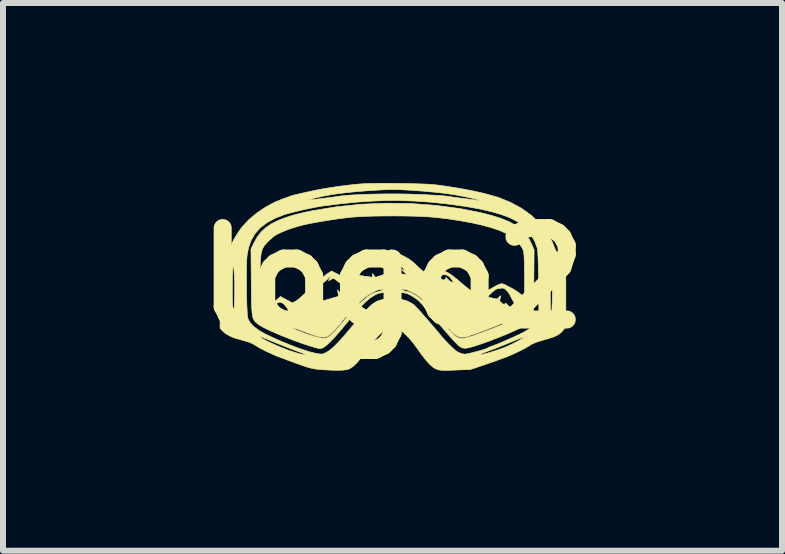
<source format=kicad_pcb>
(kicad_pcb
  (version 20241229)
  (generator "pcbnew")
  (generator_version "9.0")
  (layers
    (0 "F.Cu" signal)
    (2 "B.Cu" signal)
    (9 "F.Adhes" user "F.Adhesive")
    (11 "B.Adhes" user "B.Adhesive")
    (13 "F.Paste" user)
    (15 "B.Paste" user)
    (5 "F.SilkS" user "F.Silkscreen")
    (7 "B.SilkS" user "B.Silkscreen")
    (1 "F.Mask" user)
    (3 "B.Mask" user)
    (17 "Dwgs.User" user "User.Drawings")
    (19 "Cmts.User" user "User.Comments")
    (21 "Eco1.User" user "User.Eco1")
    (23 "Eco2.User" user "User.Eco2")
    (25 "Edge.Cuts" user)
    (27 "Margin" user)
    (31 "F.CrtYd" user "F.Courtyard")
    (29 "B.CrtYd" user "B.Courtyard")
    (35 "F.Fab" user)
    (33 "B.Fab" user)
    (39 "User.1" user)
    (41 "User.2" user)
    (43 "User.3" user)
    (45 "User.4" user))
  (footprint "logo2"
    (layer "F.Cu")
    (at 3.491 1.585)
    (property "Reference" "logo2" (at 0 0 0) (layer "F.SilkS") (effects (font (size 1.524 1.524) (thickness 0.3))))
    (attr through_hole)
    (fp_poly (pts (xy -0.102 -0.327) (xy -0.109 -0.319) (xy -0.116 -0.327) (xy -0.109 -0.334) (xy -0.102 -0.327)) (stroke (width 0.01) (type solid)) (fill yes) (layer "F.SilkS"))
    (fp_poly (pts (xy 0.311 -1.243) (xy 0.722 -1.213) (xy 1.125 -1.159) (xy 1.459 -1.094) (xy 1.646 -1.047) (xy 1.807 -0.996) (xy 1.943 -0.94) (xy 2.057 -0.877) (xy 2.15 -0.807) (xy 2.225 -0.727) (xy 2.284 -0.637) (xy 2.311 -0.582) (xy 2.359 -0.472) (xy 2.355 0.069) (xy 2.355 0.209) (xy 2.354 0.323) (xy 2.352 0.414) (xy 2.351 0.485) (xy 2.348 0.54) (xy 2.345 0.581) (xy 2.341 0.611) (xy 2.336 0.633) (xy 2.33 0.651) (xy 2.323 0.666) (xy 2.294 0.711) (xy 2.254 0.751) (xy 2.198 0.791) (xy 2.121 0.834) (xy 2.097 0.846) (xy 2.002 0.89) (xy 1.887 0.94) (xy 1.761 0.991) (xy 1.63 1.041) (xy 1.504 1.087) (xy 1.39 1.125) (xy 1.34 1.141) (xy 1.266 1.16) (xy 1.212 1.169) (xy 1.169 1.164) (xy 1.132 1.146) (xy 1.09 1.114) (xy 1.081 1.106) (xy 1.051 1.075) (xy 1.006 1.027) (xy 0.952 0.967) (xy 0.893 0.9) (xy 0.835 0.832) (xy 0.78 0.766) (xy 0.777 0.762) (xy 0.723 0.698) (xy 0.663 0.627) (xy 0.599 0.555) (xy 0.539 0.487) (xy 0.485 0.429) (xy 0.443 0.385) (xy 0.432 0.374) (xy 0.385 0.337) (xy 0.328 0.299) (xy 0.293 0.28) (xy 0.259 0.264) (xy 0.229 0.253) (xy 0.196 0.246) (xy 0.155 0.242) (xy 0.098 0.24) (xy 0.021 0.239) (xy 0 0.239) (xy -0.083 0.24) (xy -0.144 0.241) (xy -0.188 0.245) (xy -0.222 0.251) (xy -0.252 0.261) (xy -0.284 0.276) (xy -0.29 0.279) (xy -0.355 0.318) (xy -0.428 0.377) (xy -0.512 0.458) (xy -0.607 0.561) (xy -0.715 0.688) (xy -0.767 0.752) (xy -0.871 0.877) (xy -0.962 0.981) (xy -1.04 1.063) (xy -1.105 1.123) (xy -1.152 1.157) (xy -1.177 1.168) (xy -1.203 1.172) (xy -1.239 1.169) (xy -1.289 1.157) (xy -1.359 1.136) (xy -1.372 1.132) (xy -1.491 1.093) (xy -1.615 1.049) (xy -1.738 1.002) (xy -1.858 0.954) (xy -1.97 0.907) (xy -2.07 0.861) (xy -2.153 0.82) (xy -2.216 0.784) (xy -2.248 0.761) (xy -2.273 0.74) (xy -2.293 0.72) (xy -2.309 0.698) (xy -2.322 0.671) (xy -2.332 0.637) (xy -2.339 0.591) (xy -2.344 0.532) (xy -2.348 0.457) (xy -2.351 0.362) (xy -2.352 0.244) (xy -2.354 0.101) (xy -2.354 0.064) (xy -2.354 0.037) (xy -2.206 0.037) (xy -2.206 0.169) (xy -2.204 0.275) (xy -2.201 0.359) (xy -2.197 0.425) (xy -2.189 0.476) (xy -2.18 0.516) (xy -2.167 0.548) (xy -2.15 0.576) (xy -2.14 0.59) (xy -2.108 0.62) (xy -2.053 0.657) (xy -1.982 0.698) (xy -1.899 0.74) (xy -1.809 0.78) (xy -1.749 0.805) (xy -1.686 0.829) (xy -1.622 0.855) (xy -1.575 0.874) (xy -1.481 0.911) (xy -1.388 0.944) (xy -1.302 0.971) (xy -1.228 0.99) (xy -1.173 1) (xy -1.16 1.001) (xy -1.105 0.996) (xy -1.06 0.975) (xy -1.042 0.962) (xy -1.014 0.939) (xy -0.991 0.918) (xy -0.967 0.895) (xy -0.94 0.864) (xy -0.904 0.821) (xy -0.854 0.762) (xy -0.842 0.747) (xy -0.75 0.637) (xy -0.668 0.545) (xy -0.591 0.465) (xy -0.513 0.391) (xy -0.493 0.373) (xy -0.417 0.308) (xy -0.35 0.264) (xy -0.289 0.237) (xy -0.242 0.225) (xy -0.205 0.215) (xy -0.182 0.204) (xy -0.18 0.202) (xy -0.163 0.196) (xy -0.124 0.192) (xy -0.07 0.19) (xy -0.007 0.189) (xy 0.056 0.19) (xy 0.112 0.192) (xy 0.156 0.196) (xy 0.18 0.202) (xy 0.181 0.203) (xy 0.202 0.215) (xy 0.222 0.218) (xy 0.267 0.227) (xy 0.325 0.252) (xy 0.388 0.287) (xy 0.438 0.322) (xy 0.501 0.376) (xy 0.575 0.448) (xy 0.655 0.53) (xy 0.735 0.618) (xy 0.809 0.705) (xy 0.82 0.718) (xy 0.872 0.781) (xy 0.928 0.844) (xy 0.979 0.898) (xy 1.006 0.925) (xy 1.042 0.958) (xy 1.075 0.982) (xy 1.109 0.997) (xy 1.148 1.003) (xy 1.194 1) (xy 1.253 0.987) (xy 1.327 0.964) (xy 1.421 0.931) (xy 1.538 0.888) (xy 1.539 0.888) (xy 1.692 0.829) (xy 1.821 0.776) (xy 1.925 0.729) (xy 2.009 0.686) (xy 2.073 0.646) (xy 2.121 0.607) (xy 2.155 0.57) (xy 2.159 0.563) (xy 2.199 0.503) (xy 2.199 0.052) (xy 2.199 -0.092) (xy 2.197 -0.208) (xy 2.195 -0.301) (xy 2.192 -0.371) (xy 2.187 -0.422) (xy 2.182 -0.455) (xy 2.18 -0.461) (xy 2.152 -0.518) (xy 2.103 -0.581) (xy 2.039 -0.644) (xy 1.965 -0.702) (xy 1.896 -0.744) (xy 1.79 -0.792) (xy 1.657 -0.838) (xy 1.501 -0.881) (xy 1.323 -0.921) (xy 1.127 -0.957) (xy 0.915 -0.989) (xy 0.728 -1.011) (xy 0.621 -1.02) (xy 0.49 -1.028) (xy 0.342 -1.033) (xy 0.183 -1.036) (xy 0.017 -1.037) (xy -0.149 -1.036) (xy -0.31 -1.034) (xy -0.46 -1.029) (xy -0.593 -1.022) (xy -0.705 -1.014) (xy -0.726 -1.011) (xy -0.861 -0.995) (xy -1.001 -0.975) (xy -1.14 -0.953) (xy -1.273 -0.93) (xy -1.394 -0.907) (xy -1.498 -0.884) (xy -1.58 -0.862) (xy -1.597 -0.857) (xy -1.634 -0.845) (xy -1.682 -0.83) (xy -1.691 -0.828) (xy -1.767 -0.8) (xy -1.855 -0.763) (xy -1.929 -0.728) (xy -1.963 -0.707) (xy -2.009 -0.671) (xy -2.057 -0.627) (xy -2.068 -0.617) (xy -2.105 -0.579) (xy -2.134 -0.544) (xy -2.157 -0.508) (xy -2.175 -0.467) (xy -2.188 -0.418) (xy -2.196 -0.356) (xy -2.202 -0.279) (xy -2.205 -0.183) (xy -2.206 -0.064) (xy -2.206 0.037) (xy -2.354 0.037) (xy -2.359 -0.486) (xy -2.306 -0.595) (xy -2.253 -0.688) (xy -2.19 -0.769) (xy -2.112 -0.841) (xy -2.019 -0.905) (xy -1.908 -0.961) (xy -1.776 -1.012) (xy -1.622 -1.059) (xy -1.442 -1.102) (xy -1.333 -1.124) (xy -0.931 -1.19) (xy -0.52 -1.232) (xy -0.105 -1.249) (xy 0.311 -1.243)) (stroke (width 0.01) (type solid)) (fill yes) (layer "F.SilkS"))
    (fp_poly (pts (xy 0.135 -0.393) (xy 0.213 -0.353) (xy 0.274 -0.318) (xy 0.326 -0.28) (xy 0.379 -0.233) (xy 0.412 -0.201) (xy 0.483 -0.136) (xy 0.544 -0.089) (xy 0.591 -0.064) (xy 0.625 -0.051) (xy 0.652 -0.047) (xy 0.681 -0.053) (xy 0.722 -0.069) (xy 0.744 -0.078) (xy 0.794 -0.097) (xy 0.836 -0.111) (xy 0.86 -0.116) (xy 0.894 -0.106) (xy 0.945 -0.078) (xy 1.007 -0.035) (xy 1.076 0.02) (xy 1.105 0.045) (xy 1.203 0.129) (xy 1.288 0.195) (xy 1.357 0.242) (xy 1.409 0.269) (xy 1.437 0.276) (xy 1.461 0.269) (xy 1.504 0.25) (xy 1.558 0.223) (xy 1.6 0.199) (xy 1.677 0.155) (xy 1.733 0.124) (xy 1.774 0.104) (xy 1.805 0.094) (xy 1.831 0.094) (xy 1.857 0.102) (xy 1.889 0.117) (xy 1.923 0.135) (xy 2.005 0.178) (xy 2.076 0.222) (xy 2.133 0.264) (xy 2.171 0.3) (xy 2.185 0.322) (xy 2.19 0.362) (xy 2.186 0.417) (xy 2.177 0.477) (xy 2.163 0.527) (xy 2.152 0.551) (xy 2.127 0.583) (xy 2.094 0.613) (xy 2.047 0.644) (xy 1.984 0.679) (xy 1.9 0.72) (xy 1.829 0.752) (xy 1.775 0.775) (xy 1.707 0.803) (xy 1.631 0.833) (xy 1.552 0.864) (xy 1.475 0.892) (xy 1.407 0.917) (xy 1.352 0.937) (xy 1.316 0.948) (xy 1.306 0.95) (xy 1.289 0.958) (xy 1.281 0.962) (xy 1.257 0.971) (xy 1.216 0.979) (xy 1.191 0.982) (xy 1.142 0.985) (xy 1.106 0.978) (xy 1.068 0.957) (xy 1.062 0.952) (xy 1.04 0.937) (xy 1.021 0.922) (xy 1.002 0.905) (xy 0.98 0.882) (xy 0.95 0.848) (xy 0.91 0.8) (xy 0.855 0.735) (xy 0.842 0.718) (xy 0.725 0.582) (xy 0.622 0.469) (xy 0.531 0.379) (xy 0.452 0.312) (xy 1.58 0.312) (xy 1.663 0.332) (xy 1.71 0.343) (xy 1.738 0.346) (xy 1.756 0.339) (xy 1.771 0.322) (xy 1.772 0.321) (xy 1.796 0.296) (xy 1.805 0.295) (xy 1.801 0.319) (xy 1.795 0.335) (xy 1.786 0.366) (xy 1.792 0.388) (xy 1.817 0.412) (xy 1.821 0.415) (xy 1.85 0.436) (xy 1.865 0.439) (xy 1.873 0.426) (xy 1.882 0.416) (xy 1.898 0.425) (xy 1.922 0.452) (xy 1.973 0.495) (xy 2.03 0.517) (xy 2.071 0.525) (xy 2.097 0.529) (xy 2.103 0.528) (xy 2.098 0.515) (xy 2.079 0.486) (xy 2.056 0.453) (xy 2.021 0.401) (xy 1.99 0.346) (xy 1.976 0.318) (xy 1.943 0.257) (xy 1.905 0.208) (xy 1.866 0.175) (xy 1.832 0.164) (xy 1.825 0.165) (xy 1.784 0.172) (xy 1.762 0.174) (xy 1.736 0.18) (xy 1.703 0.199) (xy 1.66 0.235) (xy 1.621 0.272) (xy 1.58 0.312) (xy 0.452 0.312) (xy 0.45 0.311) (xy 0.38 0.262) (xy 0.341 0.242) (xy 0.295 0.221) (xy 0.255 0.202) (xy 0.248 0.199) (xy 0.217 0.191) (xy 0.163 0.185) (xy 0.094 0.182) (xy 0.017 0.181) (xy -0.062 0.182) (xy -0.137 0.185) (xy -0.199 0.19) (xy -0.243 0.197) (xy -0.255 0.201) (xy -0.333 0.239) (xy -0.394 0.273) (xy -0.447 0.31) (xy -0.502 0.356) (xy -0.531 0.382) (xy -0.609 0.458) (xy -0.692 0.545) (xy -0.771 0.635) (xy -0.839 0.717) (xy -0.856 0.74) (xy -0.9 0.794) (xy -0.95 0.85) (xy -0.999 0.901) (xy -1.043 0.942) (xy -1.076 0.966) (xy -1.077 0.967) (xy -1.139 0.984) (xy -1.213 0.979) (xy -1.226 0.976) (xy -1.284 0.96) (xy -1.362 0.934) (xy -1.454 0.9) (xy -1.556 0.861) (xy -1.661 0.82) (xy -1.764 0.778) (xy -1.857 0.738) (xy -1.937 0.701) (xy -1.963 0.689) (xy -2.019 0.659) (xy -2.07 0.628) (xy -2.105 0.602) (xy -2.11 0.596) (xy -2.144 0.56) (xy -2.045 0.56) (xy -2.042 0.576) (xy -2.024 0.575) (xy -1.996 0.577) (xy -1.979 0.588) (xy -1.948 0.606) (xy -1.914 0.608) (xy -1.888 0.595) (xy -1.882 0.584) (xy -1.877 0.572) (xy -1.874 0.589) (xy -1.874 0.593) (xy -1.871 0.613) (xy -1.859 0.622) (xy -1.831 0.621) (xy -1.803 0.617) (xy -1.762 0.61) (xy -1.734 0.604) (xy -1.729 0.601) (xy -1.732 0.587) (xy -1.74 0.575) (xy -1.75 0.557) (xy -1.74 0.548) (xy -1.737 0.534) (xy -1.754 0.502) (xy -1.772 0.476) (xy -1.818 0.425) (xy -1.862 0.402) (xy -1.907 0.407) (xy -1.957 0.439) (xy -1.978 0.458) (xy -2.011 0.496) (xy -2.035 0.532) (xy -2.045 0.56) (xy -2.144 0.56) (xy -2.146 0.559) (xy -2.007 0.432) (xy -1.868 0.305) (xy -1.768 0.359) (xy -1.669 0.413) (xy -1.657 0.406) (xy -1.457 0.406) (xy -1.39 0.406) (xy -1.341 0.402) (xy -1.314 0.389) (xy -1.307 0.381) (xy -1.296 0.363) (xy -1.292 0.371) (xy -1.292 0.381) (xy -1.29 0.394) (xy -1.283 0.402) (xy -1.266 0.404) (xy -1.235 0.398) (xy -1.186 0.386) (xy -1.115 0.365) (xy -1.082 0.356) (xy -1.016 0.336) (xy -0.961 0.32) (xy -0.922 0.309) (xy -0.904 0.305) (xy -0.904 0.305) (xy -0.903 0.292) (xy -0.906 0.261) (xy -0.908 0.25) (xy -0.917 0.196) (xy -0.868 0.25) (xy -0.822 0.291) (xy -0.776 0.313) (xy -0.773 0.314) (xy -0.726 0.323) (xy -0.726 0.256) (xy -0.729 0.21) (xy -0.742 0.181) (xy -0.758 0.167) (xy -0.814 0.127) (xy -0.873 0.083) (xy -0.926 0.043) (xy -0.946 0.027) (xy -0.974 0.007) (xy -0.995 0.005) (xy -1.021 0.019) (xy -1.022 0.02) (xy -1.055 0.039) (xy -1.067 0.039) (xy -1.058 0.019) (xy -1.043 -0.004) (xy -1.024 -0.032) (xy -1.022 -0.04) (xy -1.036 -0.031) (xy -1.038 -0.029) (xy -1.07 -0.000203) (xy -1.092 0.024) (xy -1.117 0.047) (xy -1.158 0.079) (xy -1.207 0.112) (xy -1.211 0.115) (xy -1.259 0.148) (xy -1.298 0.18) (xy -1.321 0.205) (xy -1.322 0.207) (xy -1.345 0.242) (xy -1.37 0.274) (xy -1.401 0.309) (xy -1.364 0.291) (xy -1.35 0.286) (xy -1.354 0.297) (xy -1.379 0.325) (xy -1.393 0.339) (xy -1.457 0.406) (xy -1.657 0.406) (xy -1.614 0.384) (xy -1.581 0.362) (xy -1.535 0.324) (xy -1.484 0.278) (xy -1.451 0.246) (xy -1.397 0.192) (xy -1.341 0.139) (xy -1.292 0.096) (xy -1.271 0.078) (xy -1.226 0.042) (xy -1.184 0.007) (xy -1.162 -0.013) (xy -1.125 -0.044) (xy -1.081 -0.077) (xy -1.071 -0.083) (xy -1.017 -0.119) (xy -0.929 -0.075) (xy -0.84 -0.03) (xy -0.765 -0.078) (xy -0.729 -0.099) (xy -0.592 -0.099) (xy -0.583 -0.089) (xy -0.57 -0.076) (xy -0.583 -0.064) (xy -0.58 -0.055) (xy -0.55 -0.046) (xy -0.492 -0.036) (xy -0.479 -0.035) (xy -0.422 -0.027) (xy -0.376 -0.021) (xy -0.349 -0.017) (xy -0.345 -0.016) (xy -0.336 -0.027) (xy -0.334 -0.045) (xy -0.334 -0.076) (xy -0.283 -0.014) (xy -0.252 -0.024) (xy 0.755 -0.024) (xy 0.756 -0.006) (xy 0.756 -0.006) (xy 0.78 0.006) (xy 0.792 0.005) (xy 0.81 0.006) (xy 0.813 0.013) (xy 0.825 0.025) (xy 0.849 0.029) (xy 0.879 0.021) (xy 0.886 0.004) (xy 0.888 -0.012) (xy 0.899 -0.005) (xy 0.911 0.009) (xy 0.944 0.041) (xy 0.981 0.064) (xy 1.007 0.072) (xy 1.009 0.062) (xy 0.997 0.037) (xy 0.994 0.033) (xy 0.95 -0.023) (xy 0.902 -0.052) (xy 0.863 -0.058) (xy 0.814 -0.053) (xy 0.776 -0.041) (xy 0.755 -0.024) (xy -0.252 -0.024) (xy -0.181 -0.048) (xy -0.128 -0.067) (xy -0.095 -0.084) (xy -0.076 -0.103) (xy -0.065 -0.128) (xy -0.064 -0.131) (xy -0.048 -0.179) (xy -0.027 -0.137) (xy -0.016 -0.117) (xy -0.001 -0.103) (xy 0.024 -0.093) (xy 0.063 -0.084) (xy 0.122 -0.075) (xy 0.174 -0.068) (xy 0.239 -0.06) (xy 0.192 -0.103) (xy 0.167 -0.128) (xy 0.157 -0.143) (xy 0.159 -0.145) (xy 0.178 -0.135) (xy 0.181 -0.131) (xy 0.201 -0.117) (xy 0.206 -0.116) (xy 0.205 -0.126) (xy 0.188 -0.15) (xy 0.163 -0.18) (xy 0.123 -0.228) (xy 0.088 -0.279) (xy 0.073 -0.305) (xy 0.055 -0.338) (xy 0.038 -0.355) (xy 0.014 -0.358) (xy -0.025 -0.35) (xy -0.058 -0.34) (xy -0.083 -0.334) (xy -0.084 -0.341) (xy -0.069 -0.358) (xy -0.071 -0.362) (xy -0.094 -0.355) (xy -0.133 -0.339) (xy -0.182 -0.317) (xy -0.237 -0.29) (xy -0.292 -0.262) (xy -0.343 -0.235) (xy -0.384 -0.21) (xy -0.411 -0.192) (xy -0.414 -0.19) (xy -0.456 -0.157) (xy -0.505 -0.128) (xy -0.548 -0.108) (xy -0.575 -0.101) (xy -0.592 -0.099) (xy -0.729 -0.099) (xy -0.708 -0.111) (xy -0.645 -0.142) (xy -0.614 -0.156) (xy -0.568 -0.176) (xy -0.533 -0.194) (xy -0.519 -0.202) (xy -0.466 -0.242) (xy -0.389 -0.289) (xy -0.287 -0.343) (xy -0.206 -0.385) (xy -0.028 -0.473) (xy 0.135 -0.393)) (stroke (width 0.01) (type solid)) (fill yes) (layer "F.SilkS"))
    (fp_poly (pts (xy -0.053 -1.58) (xy 0.125 -1.578) (xy 0.267 -1.576) (xy 0.385 -1.573) (xy 0.483 -1.57) (xy 0.566 -1.567) (xy 0.639 -1.562) (xy 0.706 -1.556) (xy 0.772 -1.549) (xy 0.841 -1.539) (xy 0.885 -1.533) (xy 1.05 -1.507) (xy 1.198 -1.481) (xy 1.342 -1.453) (xy 1.493 -1.42) (xy 1.546 -1.407) (xy 1.765 -1.345) (xy 1.967 -1.263) (xy 2.149 -1.164) (xy 2.31 -1.049) (xy 2.45 -0.918) (xy 2.566 -0.773) (xy 2.658 -0.614) (xy 2.719 -0.461) (xy 2.738 -0.44) (xy 2.768 -0.427) (xy 2.814 -0.415) (xy 2.848 -0.403) (xy 2.888 -0.388) (xy 2.888 0.209) (xy 2.888 0.807) (xy 2.853 0.855) (xy 2.819 0.896) (xy 2.78 0.929) (xy 2.732 0.958) (xy 2.669 0.985) (xy 2.586 1.011) (xy 2.492 1.038) (xy 2.389 1.07) (xy 2.311 1.105) (xy 2.281 1.125) (xy 2.241 1.15) (xy 2.181 1.182) (xy 2.11 1.218) (xy 2.034 1.254) (xy 1.961 1.287) (xy 1.899 1.313) (xy 1.858 1.328) (xy 1.817 1.342) (xy 1.778 1.357) (xy 1.749 1.368) (xy 1.699 1.386) (xy 1.633 1.409) (xy 1.557 1.435) (xy 1.517 1.449) (xy 1.299 1.522) (xy 1.049 1.532) (xy 0.954 1.536) (xy 0.884 1.537) (xy 0.832 1.536) (xy 0.793 1.533) (xy 0.762 1.527) (xy 0.735 1.518) (xy 0.734 1.518) (xy 0.681 1.489) (xy 0.622 1.439) (xy 0.557 1.367) (xy 0.483 1.272) (xy 0.483 1.272) (xy 1.451 1.272) (xy 1.457 1.277) (xy 1.477 1.275) (xy 1.514 1.267) (xy 1.572 1.252) (xy 1.638 1.233) (xy 1.714 1.209) (xy 1.794 1.182) (xy 1.864 1.156) (xy 1.893 1.144) (xy 1.95 1.118) (xy 2.01 1.089) (xy 2.071 1.058) (xy 2.125 1.028) (xy 2.169 1.003) (xy 2.196 0.985) (xy 2.202 0.978) (xy 2.188 0.981) (xy 2.152 0.994) (xy 2.1 1.014) (xy 2.038 1.039) (xy 1.87 1.108) (xy 1.728 1.165) (xy 1.611 1.209) (xy 1.542 1.235) (xy 1.496 1.252) (xy 1.464 1.265) (xy 1.451 1.272) (xy 0.483 1.272) (xy 0.42 1.183) (xy 0.348 1.085) (xy 0.274 0.997) (xy 0.202 0.924) (xy 0.135 0.869) (xy 0.076 0.835) (xy 0.061 0.83) (xy 0.005 0.819) (xy -0.048 0.825) (xy -0.102 0.848) (xy -0.163 0.892) (xy -0.232 0.958) (xy -0.289 1.019) (xy -0.352 1.094) (xy -0.41 1.169) (xy -0.435 1.205) (xy -0.517 1.319) (xy -0.591 1.408) (xy -0.656 1.471) (xy -0.714 1.509) (xy -0.718 1.511) (xy -0.761 1.525) (xy -0.822 1.533) (xy -0.902 1.536) (xy -1.005 1.534) (xy -1.133 1.528) (xy -1.197 1.523) (xy -1.268 1.517) (xy -1.331 1.506) (xy -1.397 1.49) (xy -1.474 1.466) (xy -1.531 1.445) (xy -1.603 1.42) (xy -1.666 1.397) (xy -1.716 1.378) (xy -1.745 1.367) (xy -1.749 1.366) (xy -1.779 1.354) (xy -1.824 1.337) (xy -1.851 1.328) (xy -1.924 1.3) (xy -1.961 1.285) (xy -1.437 1.285) (xy -1.43 1.292) (xy -1.422 1.285) (xy -1.43 1.277) (xy -1.437 1.285) (xy -1.961 1.285) (xy -2.007 1.265) (xy -2.092 1.226) (xy -2.171 1.186) (xy -2.237 1.15) (xy -2.277 1.125) (xy -2.331 1.093) (xy -2.399 1.065) (xy -2.49 1.038) (xy -2.497 1.036) (xy -2.617 1.002) (xy -2.684 0.976) (xy -2.204 0.976) (xy -2.202 0.982) (xy -2.182 0.999) (xy -2.14 1.023) (xy -2.081 1.054) (xy -2.009 1.088) (xy -1.93 1.123) (xy -1.849 1.157) (xy -1.77 1.188) (xy -1.701 1.213) (xy -1.617 1.24) (xy -1.547 1.261) (xy -1.494 1.273) (xy -1.461 1.278) (xy -1.451 1.274) (xy -1.453 1.27) (xy -1.469 1.263) (xy -1.506 1.248) (xy -1.558 1.228) (xy -1.597 1.214) (xy -1.666 1.188) (xy -1.756 1.153) (xy -1.862 1.111) (xy -1.979 1.064) (xy -2.1 1.014) (xy -2.19 0.976) (xy -2.204 0.976) (xy -2.684 0.976) (xy -2.711 0.965) (xy -2.782 0.924) (xy -2.832 0.881) (xy -2.874 0.835) (xy -2.874 0.257) (xy -2.669 0.257) (xy -2.669 0.353) (xy -2.667 0.439) (xy -2.665 0.512) (xy -2.662 0.564) (xy -2.66 0.588) (xy -2.654 0.603) (xy -2.649 0.593) (xy -2.644 0.562) (xy -2.64 0.512) (xy -2.637 0.447) (xy -2.634 0.372) (xy -2.632 0.289) (xy -2.631 0.203) (xy -2.631 0.117) (xy -2.633 0.035) (xy -2.634 0.023) (xy -2.434 0.023) (xy -2.434 0.136) (xy -2.432 0.249) (xy -2.43 0.357) (xy -2.427 0.457) (xy -2.423 0.543) (xy -2.419 0.612) (xy -2.414 0.658) (xy -2.41 0.673) (xy -2.376 0.738) (xy -2.315 0.804) (xy -2.231 0.868) (xy -2.125 0.929) (xy -2.119 0.932) (xy -1.989 0.993) (xy -1.857 1.052) (xy -1.728 1.105) (xy -1.603 1.153) (xy -1.487 1.194) (xy -1.382 1.227) (xy -1.292 1.25) (xy -1.221 1.263) (xy -1.171 1.265) (xy -1.161 1.263) (xy -1.125 1.248) (xy -1.08 1.224) (xy -1.066 1.215) (xy -1.018 1.179) (xy -0.958 1.124) (xy -0.89 1.054) (xy -0.817 0.974) (xy -0.786 0.936) (xy -0.723 0.862) (xy -0.676 0.806) (xy -0.643 0.766) (xy -0.619 0.738) (xy -0.603 0.72) (xy -0.595 0.711) (xy -0.576 0.69) (xy -0.544 0.654) (xy -0.503 0.607) (xy -0.479 0.58) (xy -0.411 0.504) (xy -0.354 0.448) (xy -0.303 0.409) (xy -0.252 0.381) (xy -0.195 0.363) (xy -0.127 0.349) (xy -0.115 0.347) (xy 0.013 0.338) (xy 0.133 0.349) (xy 0.242 0.379) (xy 0.334 0.428) (xy 0.371 0.459) (xy 0.395 0.484) (xy 0.435 0.527) (xy 0.485 0.582) (xy 0.542 0.647) (xy 0.603 0.717) (xy 0.662 0.786) (xy 0.718 0.851) (xy 0.764 0.906) (xy 0.784 0.93) (xy 0.848 1.006) (xy 0.915 1.078) (xy 0.979 1.142) (xy 1.037 1.194) (xy 1.082 1.228) (xy 1.085 1.23) (xy 1.142 1.255) (xy 1.197 1.267) (xy 1.203 1.267) (xy 1.236 1.263) (xy 1.287 1.252) (xy 1.35 1.237) (xy 1.418 1.219) (xy 1.483 1.2) (xy 1.538 1.183) (xy 1.577 1.168) (xy 1.589 1.161) (xy 1.614 1.149) (xy 1.64 1.139) (xy 1.676 1.126) (xy 1.733 1.104) (xy 1.804 1.075) (xy 1.882 1.041) (xy 1.962 1.006) (xy 2.038 0.972) (xy 2.053 0.965) (xy 2.221 0.965) (xy 2.228 0.972) (xy 2.235 0.965) (xy 2.228 0.958) (xy 2.221 0.965) (xy 2.053 0.965) (xy 2.103 0.942) (xy 2.194 0.896) (xy 2.263 0.856) (xy 2.314 0.816) (xy 2.353 0.772) (xy 2.385 0.721) (xy 2.394 0.703) (xy 2.439 0.612) (xy 2.436 0.236) (xy 2.629 0.236) (xy 2.629 0.33) (xy 2.63 0.417) (xy 2.632 0.491) (xy 2.634 0.547) (xy 2.638 0.58) (xy 2.638 0.582) (xy 2.644 0.594) (xy 2.649 0.581) (xy 2.653 0.545) (xy 2.657 0.491) (xy 2.66 0.422) (xy 2.662 0.341) (xy 2.663 0.252) (xy 2.662 0.158) (xy 2.661 0.063) (xy 2.659 0.022) (xy 2.656 -0.061) (xy 2.652 -0.127) (xy 2.648 -0.173) (xy 2.644 -0.197) (xy 2.64 -0.196) (xy 2.637 -0.166) (xy 2.634 -0.112) (xy 2.632 -0.04) (xy 2.63 0.046) (xy 2.629 0.139) (xy 2.629 0.236) (xy 2.436 0.236) (xy 2.434 0.092) (xy 2.432 -0.063) (xy 2.43 -0.197) (xy 2.426 -0.309) (xy 2.422 -0.398) (xy 2.418 -0.461) (xy 2.413 -0.497) (xy 2.37 -0.614) (xy 2.304 -0.727) (xy 2.217 -0.83) (xy 2.115 -0.918) (xy 2.06 -0.954) (xy 1.949 -1.009) (xy 1.81 -1.061) (xy 1.643 -1.109) (xy 1.45 -1.153) (xy 1.232 -1.192) (xy 0.989 -1.227) (xy 0.874 -1.241) (xy 0.619 -1.267) (xy 0.377 -1.284) (xy 0.14 -1.293) (xy -0.096 -1.293) (xy -0.338 -1.284) (xy -0.59 -1.267) (xy -0.858 -1.24) (xy -1.148 -1.204) (xy -1.154 -1.203) (xy -1.227 -1.192) (xy -1.318 -1.175) (xy -1.419 -1.154) (xy -1.523 -1.131) (xy -1.624 -1.107) (xy -1.712 -1.085) (xy -1.782 -1.065) (xy -1.801 -1.059) (xy -1.961 -0.996) (xy -2.095 -0.923) (xy -2.204 -0.84) (xy -2.29 -0.743) (xy -2.355 -0.631) (xy -2.4 -0.503) (xy -2.422 -0.389) (xy -2.427 -0.342) (xy -2.43 -0.272) (xy -2.432 -0.185) (xy -2.434 -0.085) (xy -2.434 0.023) (xy -2.634 0.023) (xy -2.635 -0.012) (xy -2.64 -0.101) (xy -2.644 -0.163) (xy -2.648 -0.199) (xy -2.652 -0.211) (xy -2.657 -0.201) (xy -2.658 -0.196) (xy -2.661 -0.161) (xy -2.664 -0.103) (xy -2.667 -0.027) (xy -2.668 0.062) (xy -2.669 0.159) (xy -2.669 0.257) (xy -2.874 0.257) (xy -2.874 -0.404) (xy -2.794 -0.421) (xy -2.747 -0.433) (xy -2.722 -0.446) (xy -2.714 -0.463) (xy -2.714 -0.466) (xy -2.707 -0.503) (xy -2.701 -0.519) (xy -2.687 -0.55) (xy -2.67 -0.591) (xy -2.669 -0.594) (xy -2.65 -0.634) (xy -2.618 -0.689) (xy -2.58 -0.75) (xy -2.539 -0.81) (xy -2.504 -0.856) (xy -2.395 -0.974) (xy -2.263 -1.084) (xy -2.117 -1.183) (xy -1.963 -1.266) (xy -1.878 -1.3) (xy -1.415 -1.3) (xy -1.412 -1.299) (xy -1.41 -1.299) (xy -1.377 -1.304) (xy -1.323 -1.31) (xy -1.254 -1.318) (xy -1.179 -1.327) (xy -1.171 -1.328) (xy -1.09 -1.338) (xy -1.01 -1.348) (xy -0.942 -1.357) (xy -0.893 -1.365) (xy -0.893 -1.365) (xy -0.818 -1.375) (xy -0.72 -1.383) (xy -0.6 -1.39) (xy -0.465 -1.396) (xy -0.318 -1.4) (xy -0.164 -1.403) (xy -0.007 -1.404) (xy 0.149 -1.403) (xy 0.299 -1.4) (xy 0.402 -1.396) (xy 0.515 -1.392) (xy 0.623 -1.386) (xy 0.721 -1.381) (xy 0.804 -1.375) (xy 0.869 -1.37) (xy 0.909 -1.366) (xy 0.914 -1.365) (xy 0.96 -1.358) (xy 1.025 -1.348) (xy 1.103 -1.338) (xy 1.184 -1.328) (xy 1.19 -1.327) (xy 1.266 -1.318) (xy 1.333 -1.309) (xy 1.387 -1.302) (xy 1.419 -1.297) (xy 1.422 -1.296) (xy 1.446 -1.293) (xy 1.45 -1.297) (xy 1.431 -1.305) (xy 1.388 -1.318) (xy 1.326 -1.332) (xy 1.25 -1.349) (xy 1.166 -1.365) (xy 1.077 -1.382) (xy 0.99 -1.396) (xy 0.908 -1.409) (xy 0.907 -1.409) (xy 0.831 -1.418) (xy 0.733 -1.429) (xy 0.622 -1.439) (xy 0.505 -1.45) (xy 0.39 -1.458) (xy 0.357 -1.461) (xy 0.243 -1.468) (xy 0.149 -1.473) (xy 0.068 -1.476) (xy -0.008 -1.477) (xy -0.086 -1.475) (xy -0.174 -1.471) (xy -0.28 -1.465) (xy -0.346 -1.461) (xy -0.578 -1.444) (xy -0.783 -1.423) (xy -0.964 -1.4) (xy -1.126 -1.372) (xy -1.269 -1.341) (xy -1.292 -1.335) (xy -1.351 -1.32) (xy -1.393 -1.308) (xy -1.415 -1.3) (xy -1.878 -1.3) (xy -1.829 -1.32) (xy -1.776 -1.339) (xy -1.731 -1.355) (xy -1.705 -1.366) (xy -1.679 -1.374) (xy -1.629 -1.388) (xy -1.554 -1.405) (xy -1.454 -1.428) (xy -1.327 -1.455) (xy -1.277 -1.466) (xy -1.179 -1.485) (xy -1.059 -1.505) (xy -0.927 -1.525) (xy -0.79 -1.543) (xy -0.657 -1.559) (xy -0.564 -1.568) (xy -0.477 -1.574) (xy -0.362 -1.578) (xy -0.22 -1.58) (xy -0.053 -1.58)) (stroke (width 0.01) (type solid)) (fill yes) (layer "F.SilkS")))
  (gr_rect
    (start -3 -3)
    (end 9.981 6.127)
    (stroke (width 0.1) (type default))
    (fill no)
    (layer "Edge.Cuts")))
</source>
